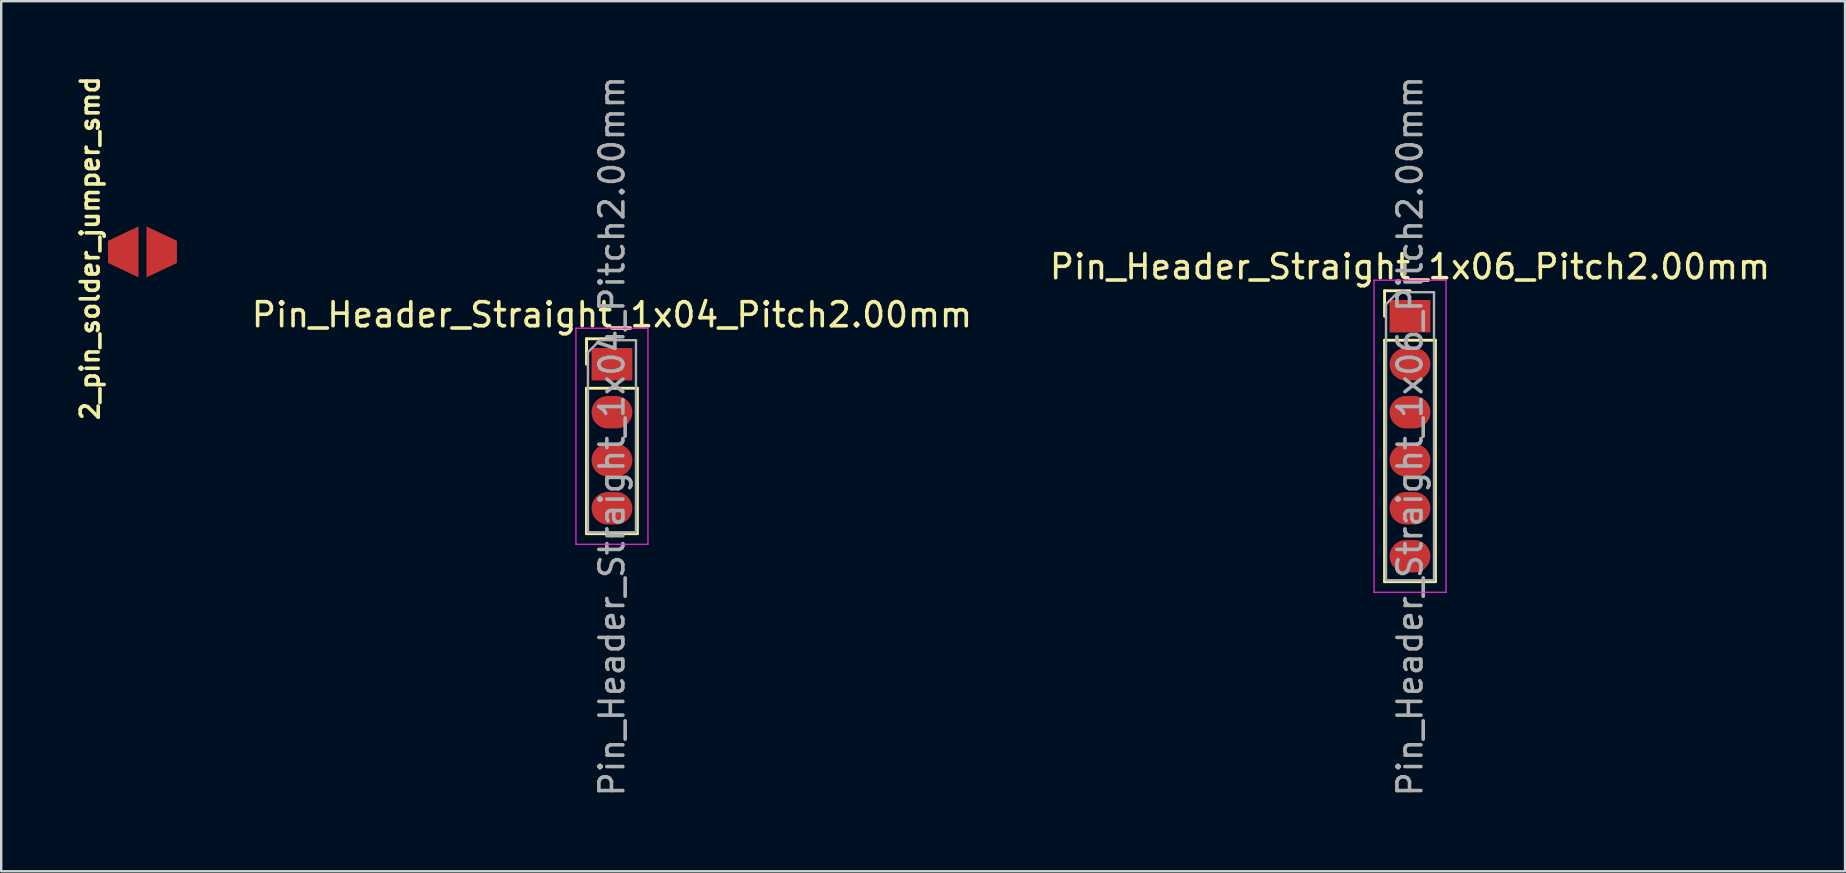
<source format=kicad_pcb>
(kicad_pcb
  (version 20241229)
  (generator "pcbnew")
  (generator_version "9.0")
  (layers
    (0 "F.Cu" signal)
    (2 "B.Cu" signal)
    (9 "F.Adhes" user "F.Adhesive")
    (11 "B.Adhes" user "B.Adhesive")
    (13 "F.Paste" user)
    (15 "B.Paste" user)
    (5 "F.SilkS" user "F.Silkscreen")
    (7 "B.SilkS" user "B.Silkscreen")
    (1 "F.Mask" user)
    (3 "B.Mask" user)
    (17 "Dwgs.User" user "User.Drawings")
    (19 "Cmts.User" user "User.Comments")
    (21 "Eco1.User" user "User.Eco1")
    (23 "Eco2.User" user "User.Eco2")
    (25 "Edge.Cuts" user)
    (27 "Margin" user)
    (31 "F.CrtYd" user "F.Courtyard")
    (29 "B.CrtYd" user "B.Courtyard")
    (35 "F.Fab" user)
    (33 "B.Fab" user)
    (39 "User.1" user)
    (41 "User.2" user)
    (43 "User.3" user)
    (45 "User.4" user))
  (footprint "2_pin_solder_jumper_smd"
    (layer "F.Cu")
    (at 2.886 7.445)
    (property "Reference" "2_pin_solder_jumper_smd" (at -2.184 -0.152 270) (layer "F.SilkS") (effects (font (size 0.75 0.75) (thickness 0.15))))
    (attr through_hole)
    (fp_line (start -0.152 -1.067) (end 0.127 -1.067) (stroke (width 0.15) (type solid)) (layer "F.Mask"))
    (fp_line (start -0.152 1.016) (end -0.152 -1.067) (stroke (width 0.15) (type solid)) (layer "F.Mask"))
    (fp_line (start 0 0.991) (end 0 -1.067) (stroke (width 0.15) (type solid)) (layer "F.Mask"))
    (fp_line (start 0.127 -1.067) (end 0.127 1.016) (stroke (width 0.15) (type solid)) (layer "F.Mask"))
    (fp_line (start 0.127 1.016) (end -0.152 1.016) (stroke (width 0.15) (type solid)) (layer "F.Mask"))
    (pad "1" smd trapezoid (at -0.8 0) (size 1.27 1.524) (rect_delta -0.6 0) (layers "F.Cu" "F.Mask" "F.Paste"))
    (pad "2" smd trapezoid (at 0.8 0) (size 1.27 1.524) (rect_delta 0.6 0) (layers "F.Cu" "F.Mask" "F.Paste")))
  (footprint "Pin_Header_Straight_1x04_Pitch2.00mm"
    (layer "F.Cu")
    (at 22.446 12.125)
    (property "Reference" "Pin_Header_Straight_1x04_Pitch2.00mm" (at 0 -2.06 0) (layer "F.SilkS") (effects (font (size 1 1) (thickness 0.15))))
    (attr through_hole)
    (fp_line (start -1.06 -1.06) (end 0 -1.06) (stroke (width 0.12) (type solid)) (layer "F.SilkS"))
    (fp_line (start -1.06 0) (end -1.06 -1.06) (stroke (width 0.12) (type solid)) (layer "F.SilkS"))
    (fp_line (start -1.06 1) (end -1.06 7.06) (stroke (width 0.12) (type solid)) (layer "F.SilkS"))
    (fp_line (start -1.06 1) (end 1.06 1) (stroke (width 0.12) (type solid)) (layer "F.SilkS"))
    (fp_line (start -1.06 7.06) (end 1.06 7.06) (stroke (width 0.12) (type solid)) (layer "F.SilkS"))
    (fp_line (start 1.06 1) (end 1.06 7.06) (stroke (width 0.12) (type solid)) (layer "F.SilkS"))
    (fp_line (start -1.5 -1.5) (end -1.5 7.5) (stroke (width 0.05) (type solid)) (layer "F.CrtYd"))
    (fp_line (start -1.5 7.5) (end 1.5 7.5) (stroke (width 0.05) (type solid)) (layer "F.CrtYd"))
    (fp_line (start 1.5 -1.5) (end -1.5 -1.5) (stroke (width 0.05) (type solid)) (layer "F.CrtYd"))
    (fp_line (start 1.5 7.5) (end 1.5 -1.5) (stroke (width 0.05) (type solid)) (layer "F.CrtYd"))
    (fp_line (start -1 -0.5) (end -0.5 -1) (stroke (width 0.1) (type solid)) (layer "F.Fab"))
    (fp_line (start -1 7) (end -1 -0.5) (stroke (width 0.1) (type solid)) (layer "F.Fab"))
    (fp_line (start -0.5 -1) (end 1 -1) (stroke (width 0.1) (type solid)) (layer "F.Fab"))
    (fp_line (start 1 -1) (end 1 7) (stroke (width 0.1) (type solid)) (layer "F.Fab"))
    (fp_line (start 1 7) (end -1 7) (stroke (width 0.1) (type solid)) (layer "F.Fab"))
    (fp_text user "${REFERENCE}" (at 0 3 90) (layer "F.Fab") (effects (font (size 1 1) (thickness 0.15))))
    (pad "1" smd rect (at 0 0) (size 1.7 1.35) (layers "F.Cu" "F.Mask" "F.Paste"))
    (pad "2" smd oval (at 0 2) (size 1.7 1.35) (layers "F.Cu" "F.Mask" "F.Paste"))
    (pad "3" smd oval (at 0 4) (size 1.7 1.35) (layers "F.Cu" "F.Mask" "F.Paste"))
    (pad "4" smd oval (at 0 6) (size 1.7 1.35) (layers "F.Cu" "F.Mask" "F.Paste")))
  (footprint "Pin_Header_Straight_1x06_Pitch2.00mm"
    (layer "F.Cu")
    (at 55.696 10.125)
    (property "Reference" "Pin_Header_Straight_1x06_Pitch2.00mm" (at 0 -2.06 0) (layer "F.SilkS") (effects (font (size 1 1) (thickness 0.15))))
    (attr through_hole)
    (fp_line (start -1.06 -1.06) (end 0 -1.06) (stroke (width 0.12) (type solid)) (layer "F.SilkS"))
    (fp_line (start -1.06 0) (end -1.06 -1.06) (stroke (width 0.12) (type solid)) (layer "F.SilkS"))
    (fp_line (start -1.06 1) (end -1.06 11.06) (stroke (width 0.12) (type solid)) (layer "F.SilkS"))
    (fp_line (start -1.06 1) (end 1.06 1) (stroke (width 0.12) (type solid)) (layer "F.SilkS"))
    (fp_line (start -1.06 11.06) (end 1.06 11.06) (stroke (width 0.12) (type solid)) (layer "F.SilkS"))
    (fp_line (start 1.06 1) (end 1.06 11.06) (stroke (width 0.12) (type solid)) (layer "F.SilkS"))
    (fp_line (start -1.5 -1.5) (end -1.5 11.5) (stroke (width 0.05) (type solid)) (layer "F.CrtYd"))
    (fp_line (start -1.5 11.5) (end 1.5 11.5) (stroke (width 0.05) (type solid)) (layer "F.CrtYd"))
    (fp_line (start 1.5 -1.5) (end -1.5 -1.5) (stroke (width 0.05) (type solid)) (layer "F.CrtYd"))
    (fp_line (start 1.5 11.5) (end 1.5 -1.5) (stroke (width 0.05) (type solid)) (layer "F.CrtYd"))
    (fp_line (start -1 -0.5) (end -0.5 -1) (stroke (width 0.1) (type solid)) (layer "F.Fab"))
    (fp_line (start -1 11) (end -1 -0.5) (stroke (width 0.1) (type solid)) (layer "F.Fab"))
    (fp_line (start -0.5 -1) (end 1 -1) (stroke (width 0.1) (type solid)) (layer "F.Fab"))
    (fp_line (start 1 -1) (end 1 11) (stroke (width 0.1) (type solid)) (layer "F.Fab"))
    (fp_line (start 1 11) (end -1 11) (stroke (width 0.1) (type solid)) (layer "F.Fab"))
    (fp_text user "${REFERENCE}" (at 0 5 90) (layer "F.Fab") (effects (font (size 1 1) (thickness 0.15))))
    (pad "1" smd rect (at 0 0) (size 1.7 1.35) (layers "F.Cu" "F.Mask" "F.Paste"))
    (pad "2" smd oval (at 0 2) (size 1.7 1.35) (layers "F.Cu" "F.Mask" "F.Paste"))
    (pad "3" smd oval (at 0 4) (size 1.7 1.35) (layers "F.Cu" "F.Mask" "F.Paste"))
    (pad "4" smd oval (at 0 6) (size 1.7 1.35) (layers "F.Cu" "F.Mask" "F.Paste"))
    (pad "5" smd oval (at 0 8) (size 1.7 1.35) (layers "F.Cu" "F.Mask" "F.Paste"))
    (pad "6" smd oval (at 0 10) (size 1.7 1.35) (layers "F.Cu" "F.Mask" "F.Paste")))
  (gr_rect
    (start -3 -3)
    (end 73.821 33.25)
    (stroke (width 0.1) (type default))
    (fill no)
    (layer "Edge.Cuts")))
</source>
